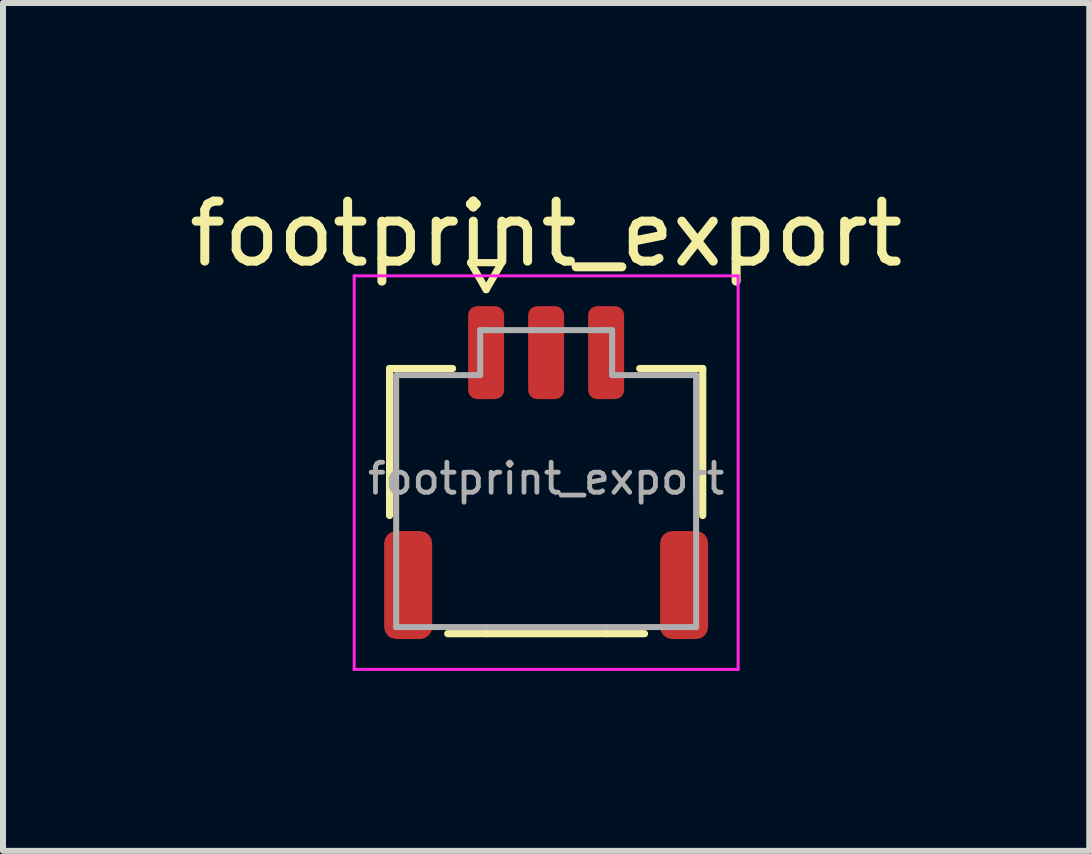
<source format=kicad_pcb>
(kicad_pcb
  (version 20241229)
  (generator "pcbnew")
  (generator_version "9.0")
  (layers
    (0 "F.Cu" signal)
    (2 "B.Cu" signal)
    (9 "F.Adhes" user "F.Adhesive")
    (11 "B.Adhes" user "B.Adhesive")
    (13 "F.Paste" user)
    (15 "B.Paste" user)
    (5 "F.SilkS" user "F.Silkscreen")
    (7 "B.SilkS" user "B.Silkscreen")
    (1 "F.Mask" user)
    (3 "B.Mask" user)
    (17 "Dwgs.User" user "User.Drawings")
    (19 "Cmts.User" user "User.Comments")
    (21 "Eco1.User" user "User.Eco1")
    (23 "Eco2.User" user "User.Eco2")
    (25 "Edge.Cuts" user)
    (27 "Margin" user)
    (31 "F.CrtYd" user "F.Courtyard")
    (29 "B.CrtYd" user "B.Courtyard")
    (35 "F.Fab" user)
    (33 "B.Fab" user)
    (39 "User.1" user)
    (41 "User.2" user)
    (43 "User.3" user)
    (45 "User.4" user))
  (footprint "footprint_export"
    (layer "F.Cu")
    (at 6.054 4.928)
    (property "Reference" "footprint_export" (at 0 -4.08 0) (layer "F.SilkS") (effects (font (size 1 1) (thickness 0.15))))
    (attr smd)
    (fp_line (start -2.61 -1.835) (end -1.56 -1.835) (stroke (width 0.12) (type solid)) (layer "F.SilkS"))
    (fp_line (start -2.61 0.615) (end -2.61 -1.835) (stroke (width 0.12) (type solid)) (layer "F.SilkS"))
    (fp_line (start -1.26 -3.6) (end -1 -3.15) (stroke (width 0.12) (type solid)) (layer "F.SilkS"))
    (fp_line (start -1 -3.15) (end -0.74 -3.6) (stroke (width 0.12) (type solid)) (layer "F.SilkS"))
    (fp_line (start -1 2.585) (end -1.64 2.585) (stroke (width 0.12) (type solid)) (layer "F.SilkS"))
    (fp_line (start -0.74 -3.6) (end -1.26 -3.6) (stroke (width 0.12) (type solid)) (layer "F.SilkS"))
    (fp_line (start 1 2.585) (end -1 2.585) (stroke (width 0.12) (type solid)) (layer "F.SilkS"))
    (fp_line (start 1.56 -1.835) (end 2.61 -1.835) (stroke (width 0.12) (type solid)) (layer "F.SilkS"))
    (fp_line (start 1.64 2.585) (end 1 2.585) (stroke (width 0.12) (type solid)) (layer "F.SilkS"))
    (fp_line (start 2.61 -1.835) (end 2.61 0.615) (stroke (width 0.12) (type solid)) (layer "F.SilkS"))
    (fp_line (start -3.2 -3.38) (end -3.2 3.18) (stroke (width 0.05) (type solid)) (layer "F.CrtYd"))
    (fp_line (start -3.2 3.18) (end 3.2 3.18) (stroke (width 0.05) (type solid)) (layer "F.CrtYd"))
    (fp_line (start 3.2 -3.38) (end -3.2 -3.38) (stroke (width 0.05) (type solid)) (layer "F.CrtYd"))
    (fp_line (start 3.2 3.18) (end 3.2 -3.38) (stroke (width 0.05) (type solid)) (layer "F.CrtYd"))
    (fp_line (start -2.5 -1.725) (end -1.1 -1.725) (stroke (width 0.1) (type solid)) (layer "F.Fab"))
    (fp_line (start -2.5 2.475) (end -2.5 -1.725) (stroke (width 0.1) (type solid)) (layer "F.Fab"))
    (fp_line (start -1.1 -2.475) (end -1 -2.475) (stroke (width 0.1) (type solid)) (layer "F.Fab"))
    (fp_line (start -1.1 -1.725) (end -1.1 -2.475) (stroke (width 0.1) (type solid)) (layer "F.Fab"))
    (fp_line (start -1 -2.475) (end 1 -2.475) (stroke (width 0.1) (type solid)) (layer "F.Fab"))
    (fp_line (start -1 2.475) (end -2.5 2.475) (stroke (width 0.1) (type solid)) (layer "F.Fab"))
    (fp_line (start 1 -2.475) (end 1.1 -2.475) (stroke (width 0.1) (type solid)) (layer "F.Fab"))
    (fp_line (start 1 2.475) (end -1 2.475) (stroke (width 0.1) (type solid)) (layer "F.Fab"))
    (fp_line (start 1.1 -2.475) (end 1.1 -1.725) (stroke (width 0.1) (type solid)) (layer "F.Fab"))
    (fp_line (start 1.1 -1.725) (end 2.5 -1.725) (stroke (width 0.1) (type solid)) (layer "F.Fab"))
    (fp_line (start 2.5 -1.725) (end 2.5 2.475) (stroke (width 0.1) (type solid)) (layer "F.Fab"))
    (fp_line (start 2.5 2.475) (end 1 2.475) (stroke (width 0.1) (type solid)) (layer "F.Fab"))
    (fp_text user "${REFERENCE}" (at 0 0 0) (layer "F.Fab") (effects (font (size 0.5 0.5) (thickness 0.08))))
    (pad "1" smd roundrect (at -1 -2.1) (size 0.6 1.55) (layers "F.Cu" "F.Mask" "F.Paste") (roundrect_rratio 0.25))
    (pad "2" smd roundrect (at 0 -2.1) (size 0.6 1.55) (layers "F.Cu" "F.Mask" "F.Paste") (roundrect_rratio 0.25))
    (pad "3" smd roundrect (at 1 -2.1) (size 0.6 1.55) (layers "F.Cu" "F.Mask" "F.Paste") (roundrect_rratio 0.25))
    (pad "MP" smd roundrect (at -2.3 1.775) (size 0.8 1.8) (layers "F.Cu" "F.Mask" "F.Paste") (roundrect_rratio 0.25))
    (pad "MP" smd roundrect (at 2.3 1.775) (size 0.8 1.8) (layers "F.Cu" "F.Mask" "F.Paste") (roundrect_rratio 0.25)))
  (gr_rect
    (start -3 -3)
    (end 15.107 11.133)
    (stroke (width 0.1) (type default))
    (fill no)
    (layer "Edge.Cuts")))
</source>
